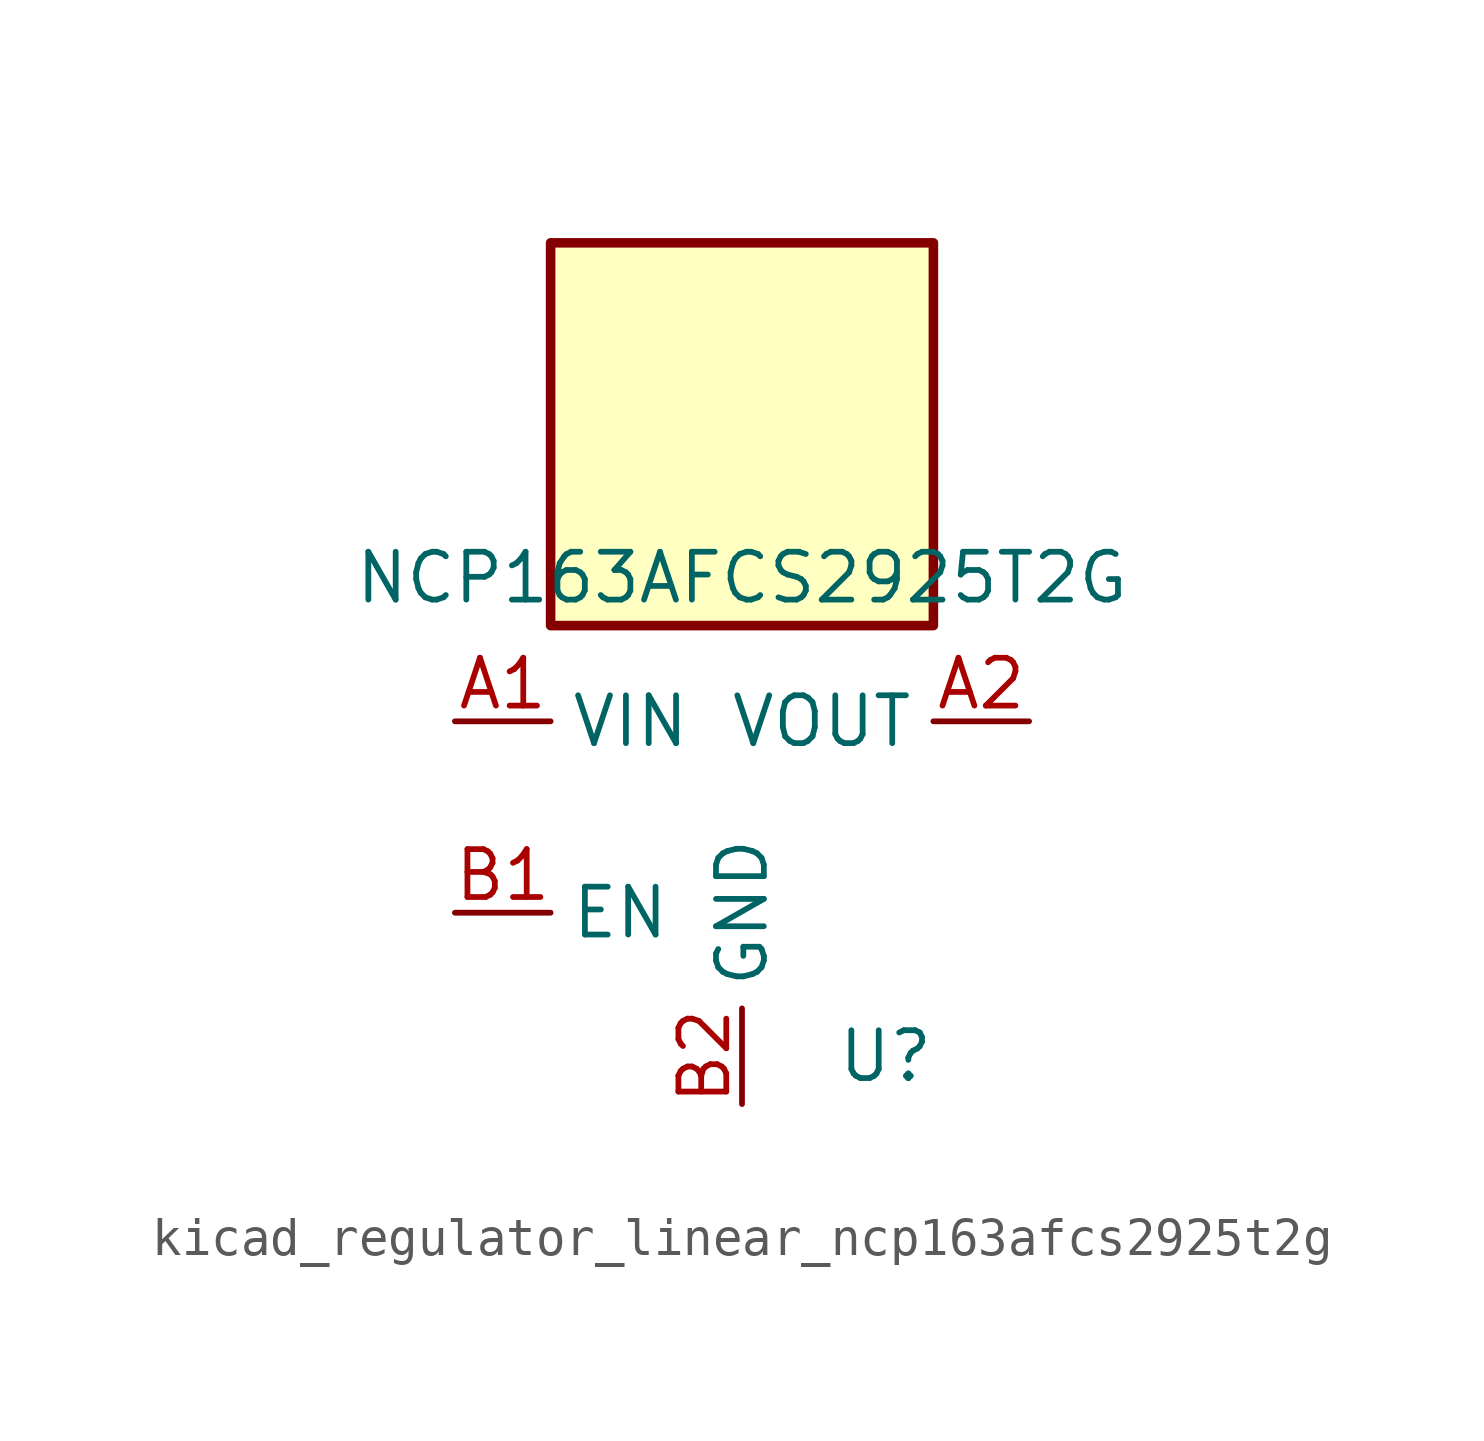
<source format=kicad_sym>
(kicad_symbol_lib
  (version 20220914)
  (generator kicad_symbol_editor)
  (symbol "kicad_regulator_linear_ncp163afcs2925t2g"
    (property "Reference" "U"
      (at 3.81 -6.35 0)
      (effects (font (size 1.27 1.27))))
    (property "Value" "NCP163AFCS2925T2G"
      (at 0 6.35 0)
      (effects (font (size 1.27 1.27))))
    (symbol "kicad_regulator_linear_ncp163afcs2925t2g_0_1"
      (rectangle (start 5.08 15.24) (end -5.08 5.08) (stroke (width 0.254) (type default)) (fill (type background))))
    (symbol "kicad_regulator_linear_ncp163afcs2925t2g_1_1"
      (pin power_in line (at -7.62 2.54 0) (length 2.54) (name "VIN" (effects (font (size 1.27 1.27)))) (number "A1" (effects (font (size 1.27 1.27)))))
      (pin power_out line (at 7.62 2.54 180) (length 2.54) (name "VOUT" (effects (font (size 1.27 1.27)))) (number "A2" (effects (font (size 1.27 1.27)))))
      (pin input line (at -7.62 -2.54 0) (length 2.54) (name "EN" (effects (font (size 1.27 1.27)))) (number "B1" (effects (font (size 1.27 1.27)))))
      (pin power_in line (at 0 -7.62 90) (length 2.54) (name "GND" (effects (font (size 1.27 1.27)))) (number "B2" (effects (font (size 1.27 1.27))))))))
</source>
